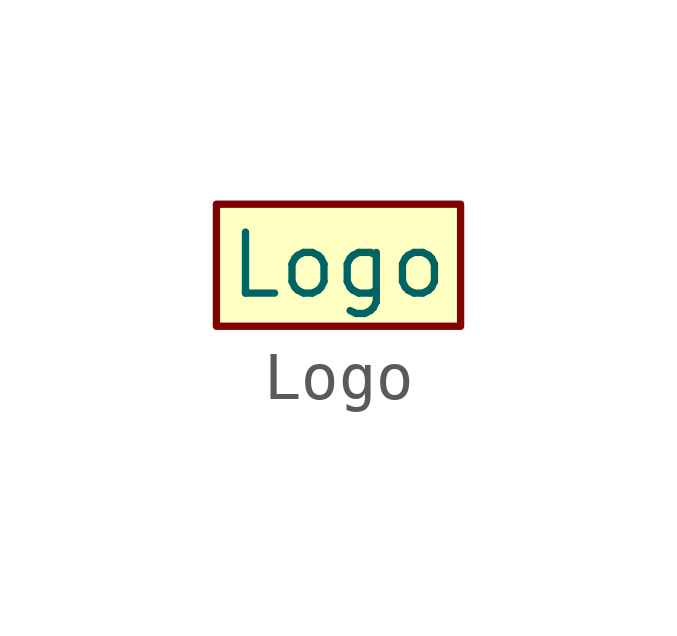
<source format=kicad_sym>
(kicad_symbol_lib
  (version 20241209)
  (generator "kicad_symbol_editor")
  (generator_version "9.0")
  (symbol "Logo"
    (property "Reference" "T"
      (at 0 0 0)
      (effects (font (size 1.27 1.27)) (hide yes)))
    (property "Value" "Logo"
      (at 0 0 0)
      (do_not_autoplace)
      (effects (font (size 1.27 1.27))))
    (symbol "Logo_1_1"
      (rectangle (start -2.54 1.27) (end 2.54 -1.27) (stroke (width 0) (type solid)) (fill (type background))))))
</source>
